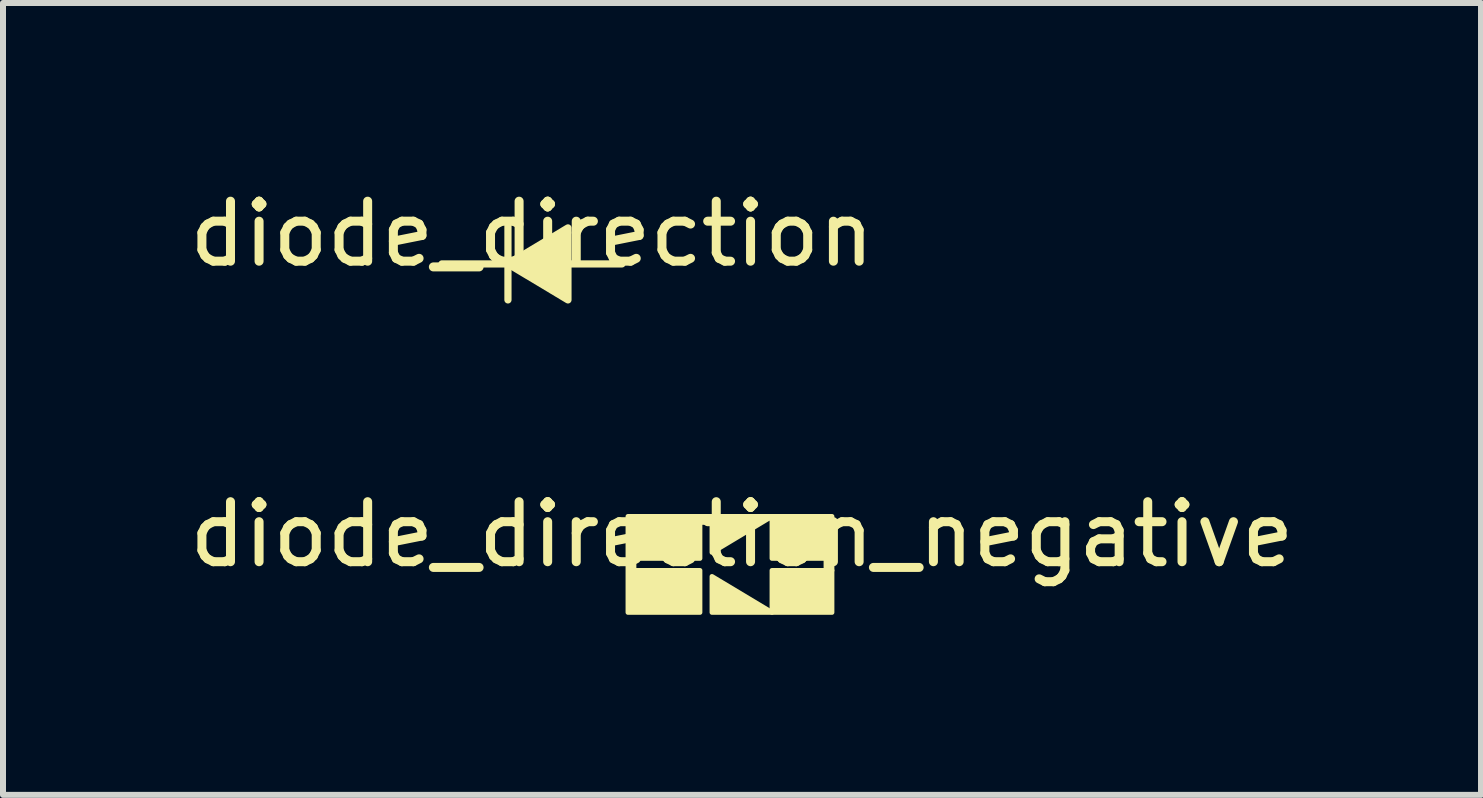
<source format=kicad_pcb>
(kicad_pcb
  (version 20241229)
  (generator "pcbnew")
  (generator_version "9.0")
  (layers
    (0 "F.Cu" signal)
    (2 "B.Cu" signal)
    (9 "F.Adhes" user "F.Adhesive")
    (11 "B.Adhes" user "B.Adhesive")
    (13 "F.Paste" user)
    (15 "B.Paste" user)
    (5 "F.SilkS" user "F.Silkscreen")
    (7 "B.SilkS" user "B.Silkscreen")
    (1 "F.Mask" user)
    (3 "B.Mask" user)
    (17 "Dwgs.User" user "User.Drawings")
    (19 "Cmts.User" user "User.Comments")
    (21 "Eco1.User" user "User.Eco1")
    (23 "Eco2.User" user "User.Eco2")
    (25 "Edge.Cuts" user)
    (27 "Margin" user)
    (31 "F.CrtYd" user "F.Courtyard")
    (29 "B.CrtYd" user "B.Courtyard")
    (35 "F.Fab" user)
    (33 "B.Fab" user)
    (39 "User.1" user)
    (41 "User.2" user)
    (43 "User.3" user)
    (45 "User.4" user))
  (footprint "diode_direction"
    (layer "F.Cu")
    (at 5.815 1.348)
    (property "Reference" "diode_direction" (at 0 -0.5 0) (unlocked yes) (layer "F.SilkS") (effects (font (size 1 1) (thickness 0.15))))
    (attr smd)
    (fp_line (start -1.5 0) (end 1.5 0) (stroke (width 0.12) (type solid)) (layer "F.SilkS"))
    (fp_line (start -0.4 0.6) (end -0.4 -0.7) (stroke (width 0.12) (type solid)) (layer "F.SilkS"))
    (fp_poly (pts (xy -0.4 0) (xy 0.6 0.6) (xy 0.6 -0.6)) (stroke (width 0.12) (type solid)) (fill yes) (layer "F.SilkS")))
  (footprint "diode_direction_negative"
    (layer "F.Cu")
    (at 9.315 6.356)
    (property "Reference" "diode_direction_negative" (at 0 -0.5 0) (unlocked yes) (layer "F.SilkS") (effects (font (size 1 1) (thickness 0.15))))
    (attr smd)
    (fp_poly (pts (xy 1.4 0.05) (xy 1.4 -0.1) (xy 0.5 -0.1) (xy 0.5 -0.8) (xy -0.5 -0.2) (xy -0.5 -0.7) (xy -0.7 -0.7) (xy -0.7 -0.1) (xy -1.8 -0.1) (xy -1.8 0.1) (xy -0.7 0.1) (xy -0.7 0.8) (xy -0.5 0.8) (xy -0.5 0.2) (xy 0.5 0.8) (xy 0.5 0.1) (xy 1.5 0.1) (xy 1.5 0.8) (xy -1.9 0.8) (xy -1.9 -0.8) (xy 1.5 -0.8) (xy 1.5 0.1)) (stroke (width 0.08) (type solid)) (fill yes) (layer "F.SilkS")))
  (gr_rect
    (start -3 -3)
    (end 21.631 10.197)
    (stroke (width 0.1) (type default))
    (fill no)
    (layer "Edge.Cuts")))
</source>
